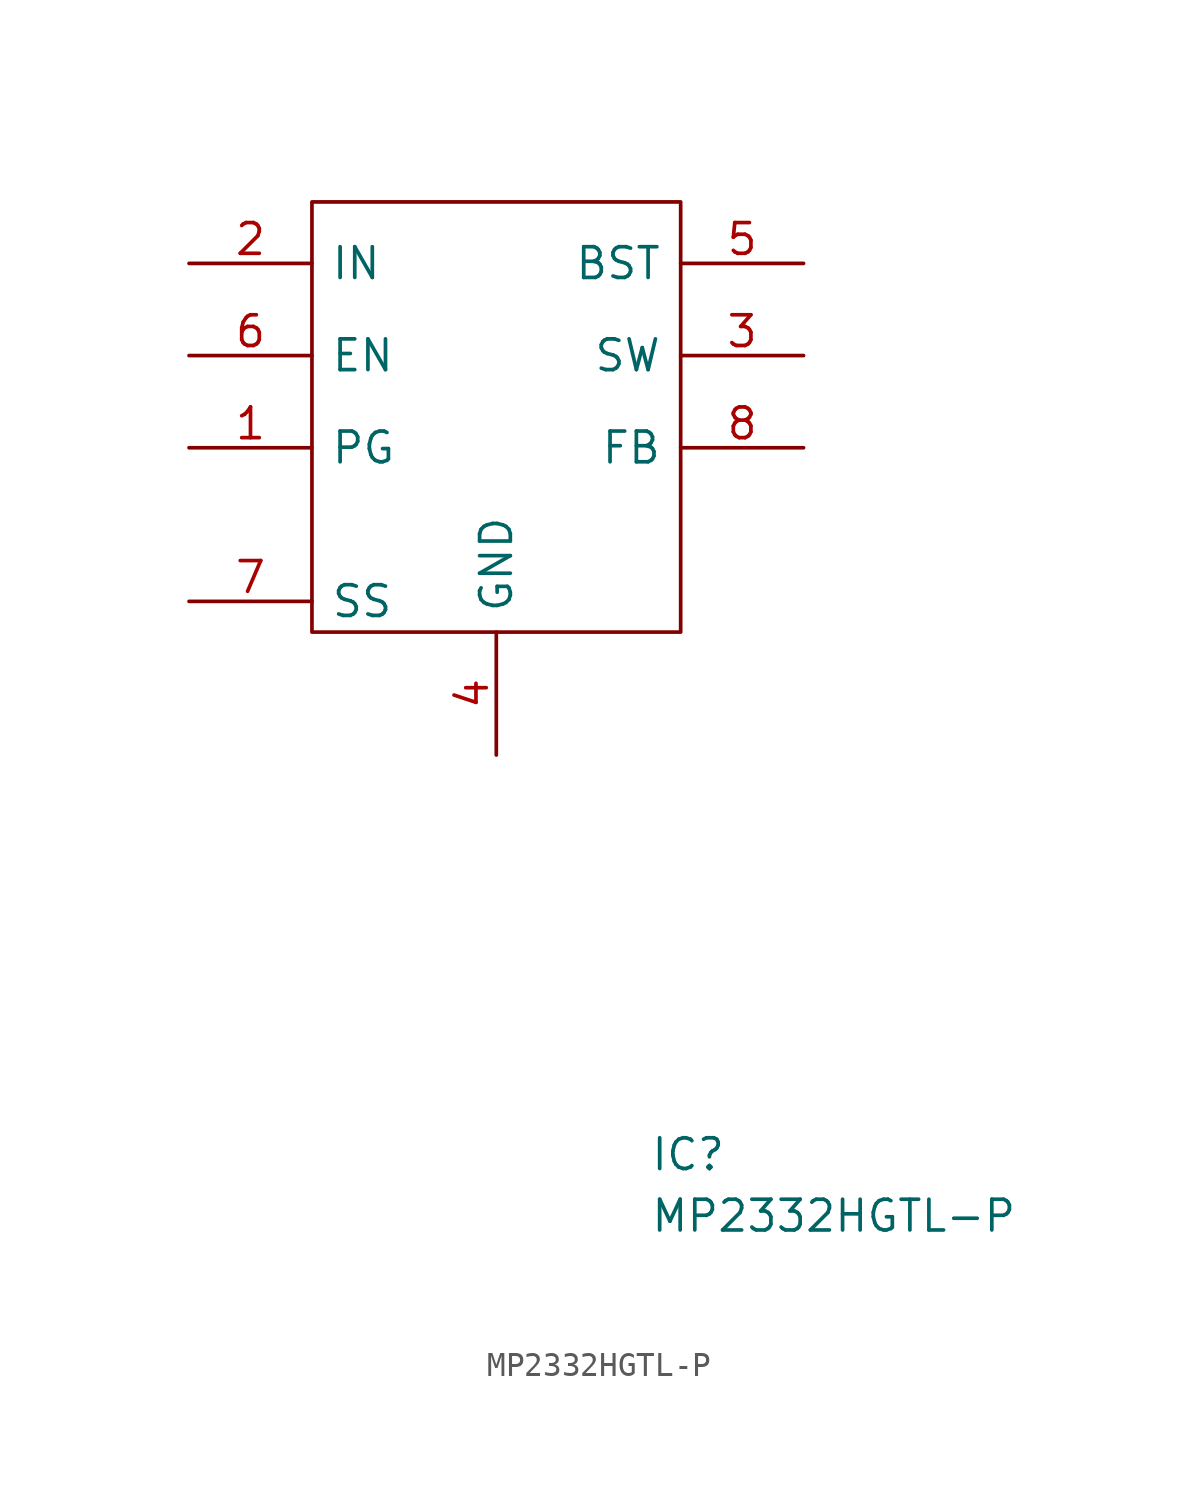
<source format=kicad_sym>
(kicad_symbol_lib
  (version 20211014)
  (generator kicad_symbol_editor)
  (symbol "MP2332HGTL-P"
    (pin_names
      (offset 0.762))
    (property "Reference" "IC"
      (at 19.05 -36.83 0)
      (effects (font (size 1.27 1.27)) (justify left)))
    (property "Value" "MP2332HGTL-P"
      (at 19.05 -39.37 0)
      (effects (font (size 1.27 1.27)) (justify left)))
    (symbol "MP2332HGTL-P_0_0"
      (pin passive line (at 0 -7.62 0) (length 5.08) (name "PG" (effects (font (size 1.27 1.27)))) (number "1" (effects (font (size 1.27 1.27)))))
      (pin passive line (at 0 0 0) (length 5.08) (name "IN" (effects (font (size 1.27 1.27)))) (number "2" (effects (font (size 1.27 1.27)))))
      (pin passive line (at 25.4 -3.81 180) (length 5.08) (name "SW" (effects (font (size 1.27 1.27)))) (number "3" (effects (font (size 1.27 1.27)))))
      (pin passive line (at 12.7 -20.32 90) (length 5.08) (name "GND" (effects (font (size 1.27 1.27)))) (number "4" (effects (font (size 1.27 1.27)))))
      (pin passive line (at 25.4 0 180) (length 5.08) (name "BST" (effects (font (size 1.27 1.27)))) (number "5" (effects (font (size 1.27 1.27)))))
      (pin passive line (at 0 -3.81 0) (length 5.08) (name "EN" (effects (font (size 1.27 1.27)))) (number "6" (effects (font (size 1.27 1.27)))))
      (pin passive line (at 0 -13.97 0) (length 5.08) (name "SS" (effects (font (size 1.27 1.27)))) (number "7" (effects (font (size 1.27 1.27)))))
      (pin passive line (at 25.4 -7.62 180) (length 5.08) (name "FB" (effects (font (size 1.27 1.27)))) (number "8" (effects (font (size 1.27 1.27))))))
    (symbol "MP2332HGTL-P_0_1"
      (polyline (pts (xy 5.08 2.54) (xy 20.32 2.54) (xy 20.32 -15.24) (xy 5.08 -15.24) (xy 5.08 2.54)) (stroke (width 0.152) (type default) (color 0 0 0 0)) (fill (type none))))))
</source>
